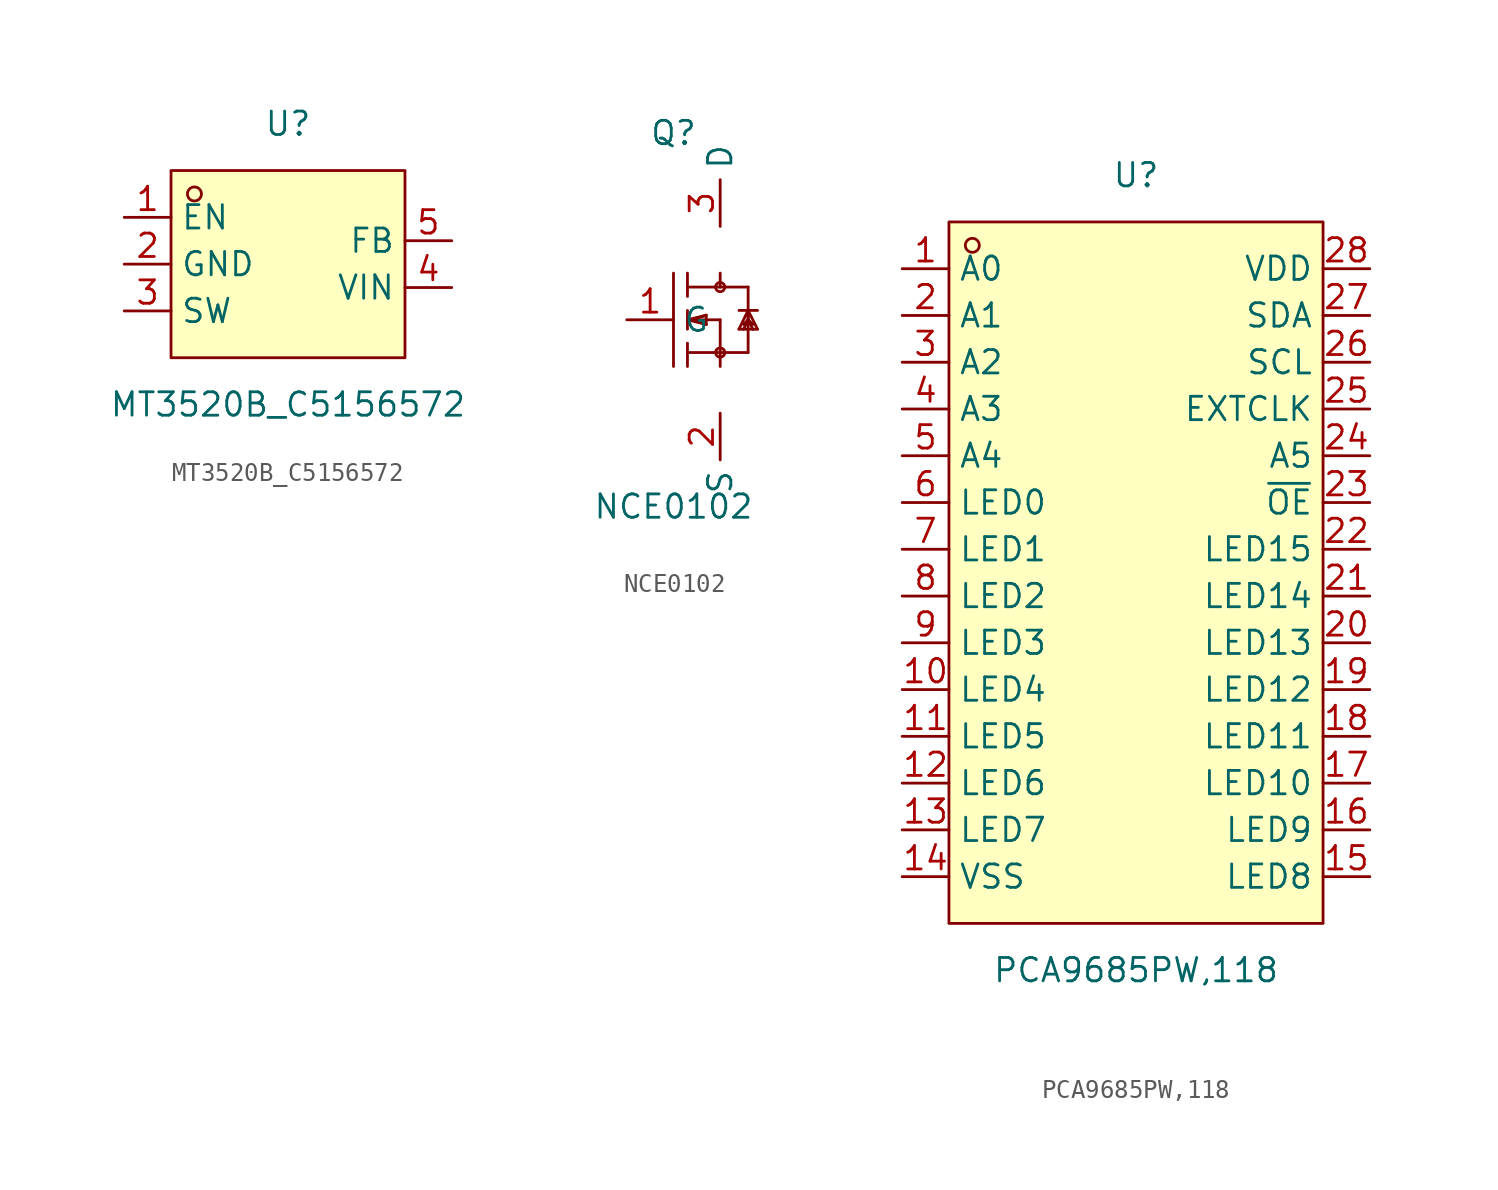
<source format=kicad_sym>
(kicad_symbol_lib
  (version 20211014)
  (generator https://github.com/uPesy/easyeda2kicad.py)
  (symbol "MT3520B_C5156572"
    (property "Reference" "U"
      (at 0 7.62 0)
      (effects (font (size 1.27 1.27))))
    (property "Value" "MT3520B_C5156572"
      (at 0 -7.62 0)
      (effects (font (size 1.27 1.27))))
    (symbol "MT3520B_C5156572_0_1"
      (rectangle (start -6.35 5.08) (end 6.35 -5.08) (stroke (width 0) (type default) (color 0 0 0 0)) (fill (type background)))
      (circle (center -5.08 3.81) (radius 0.38) (stroke (width 0) (type default) (color 0 0 0 0)) (fill (type none)))
      (pin unspecified line (at -8.89 2.54 0) (length 2.54) (name "EN" (effects (font (size 1.27 1.27)))) (number "1" (effects (font (size 1.27 1.27)))))
      (pin unspecified line (at -8.89 -0.00 0) (length 2.54) (name "GND" (effects (font (size 1.27 1.27)))) (number "2" (effects (font (size 1.27 1.27)))))
      (pin unspecified line (at -8.89 -2.54 0) (length 2.54) (name "SW" (effects (font (size 1.27 1.27)))) (number "3" (effects (font (size 1.27 1.27)))))
      (pin unspecified line (at 8.89 -1.27 180) (length 2.54) (name "VIN" (effects (font (size 1.27 1.27)))) (number "4" (effects (font (size 1.27 1.27)))))
      (pin unspecified line (at 8.89 1.27 180) (length 2.54) (name "FB" (effects (font (size 1.27 1.27)))) (number "5" (effects (font (size 1.27 1.27)))))))
  (symbol "NCE0102"
    (property "Reference" "Q"
      (at 0 10.16 0)
      (effects (font (size 1.27 1.27))))
    (property "Value" "NCE0102"
      (at 0 -10.16 0)
      (effects (font (size 1.27 1.27))))
    (symbol "NCE0102_0_1"
      (circle (center 2.54 1.78) (radius 0.25) (stroke (width 0) (type default) (color 0 0 0 0)) (fill (type none)))
      (circle (center 2.54 -1.78) (radius 0.25) (stroke (width 0) (type default) (color 0 0 0 0)) (fill (type none)))
      (polyline (pts (xy 2.54 2.54) (xy 2.54 1.78)) (stroke (width 0) (type default) (color 0 0 0 0)) (fill (type none)))
      (polyline (pts (xy 2.54 -1.78) (xy 2.54 -2.54)) (stroke (width 0) (type default) (color 0 0 0 0)) (fill (type none)))
      (polyline (pts (xy 4.06 1.78) (xy 4.06 -0.00)) (stroke (width 0) (type default) (color 0 0 0 0)) (fill (type none)))
      (polyline (pts (xy 4.06 -0.25) (xy 4.06 -1.78)) (stroke (width 0) (type default) (color 0 0 0 0)) (fill (type none)))
      (polyline (pts (xy 4.06 -1.78) (xy 2.54 -1.78)) (stroke (width 0) (type default) (color 0 0 0 0)) (fill (type none)))
      (polyline (pts (xy 0.76 2.54) (xy 0.76 1.78)) (stroke (width 0) (type default) (color 0 0 0 0)) (fill (type none)))
      (polyline (pts (xy 0.76 1.78) (xy 0.76 1.27)) (stroke (width 0) (type default) (color 0 0 0 0)) (fill (type none)))
      (polyline (pts (xy 0.76 0.51) (xy 0.76 -0.00)) (stroke (width 0) (type default) (color 0 0 0 0)) (fill (type none)))
      (polyline (pts (xy 0.76 -0.00) (xy 0.76 -0.51)) (stroke (width 0) (type default) (color 0 0 0 0)) (fill (type none)))
      (polyline (pts (xy 0.76 -2.54) (xy 0.76 -1.78)) (stroke (width 0) (type default) (color 0 0 0 0)) (fill (type none)))
      (polyline (pts (xy 0.76 -1.78) (xy 0.76 -1.27)) (stroke (width 0) (type default) (color 0 0 0 0)) (fill (type none)))
      (polyline (pts (xy 0.00 2.54) (xy 0.00 -2.54)) (stroke (width 0) (type default) (color 0 0 0 0)) (fill (type none)))
      (polyline (pts (xy 1.02 -0.00) (xy 2.54 -0.00)) (stroke (width 0) (type default) (color 0 0 0 0)) (fill (type none)))
      (polyline (pts (xy 2.54 -0.00) (xy 2.54 -1.78)) (stroke (width 0) (type default) (color 0 0 0 0)) (fill (type none)))
      (polyline (pts (xy 0.76 1.78) (xy 4.06 1.78)) (stroke (width 0) (type default) (color 0 0 0 0)) (fill (type none)))
      (polyline (pts (xy 0.76 -1.78) (xy 2.54 -1.78)) (stroke (width 0) (type default) (color 0 0 0 0)) (fill (type none)))
      (polyline (pts (xy 1.02 -0.00) (xy 0.76 -0.00)) (stroke (width 0) (type default) (color 0 0 0 0)) (fill (type none)))
      (polyline (pts (xy 0.76 -0.00) (xy 1.78 -0.25)) (stroke (width 0) (type default) (color 0 0 0 0)) (fill (type none)))
      (polyline (pts (xy 0.76 -0.00) (xy 1.78 0.25)) (stroke (width 0) (type default) (color 0 0 0 0)) (fill (type none)))
      (polyline (pts (xy 1.78 -0.25) (xy 1.78 0.25)) (stroke (width 0) (type default) (color 0 0 0 0)) (fill (type none)))
      (polyline (pts (xy 1.78 0.25) (xy 1.02 -0.00)) (stroke (width 0) (type default) (color 0 0 0 0)) (fill (type none)))
      (polyline (pts (xy 1.02 -0.00) (xy 1.78 -0.25)) (stroke (width 0) (type default) (color 0 0 0 0)) (fill (type none)))
      (polyline (pts (xy 1.78 -0.25) (xy 1.27 -0.00)) (stroke (width 0) (type default) (color 0 0 0 0)) (fill (type none)))
      (polyline (pts (xy 4.06 -0.00) (xy 4.06 0.51)) (stroke (width 0) (type default) (color 0 0 0 0)) (fill (type none)))
      (polyline (pts (xy 4.57 -0.51) (xy 4.32 -0.51)) (stroke (width 0) (type default) (color 0 0 0 0)) (fill (type none)))
      (polyline (pts (xy 4.32 -0.51) (xy 3.81 -0.51)) (stroke (width 0) (type default) (color 0 0 0 0)) (fill (type none)))
      (polyline (pts (xy 3.81 -0.51) (xy 3.56 -0.51)) (stroke (width 0) (type default) (color 0 0 0 0)) (fill (type none)))
      (polyline (pts (xy 4.06 0.51) (xy 4.57 -0.51)) (stroke (width 0) (type default) (color 0 0 0 0)) (fill (type none)))
      (polyline (pts (xy 4.57 0.51) (xy 4.06 0.51)) (stroke (width 0) (type default) (color 0 0 0 0)) (fill (type none)))
      (polyline (pts (xy 4.06 0.51) (xy 3.56 0.51)) (stroke (width 0) (type default) (color 0 0 0 0)) (fill (type none)))
      (polyline (pts (xy 4.32 -0.51) (xy 4.06 -0.00)) (stroke (width 0) (type default) (color 0 0 0 0)) (fill (type none)))
      (polyline (pts (xy 4.06 -0.00) (xy 3.81 -0.51)) (stroke (width 0) (type default) (color 0 0 0 0)) (fill (type none)))
      (polyline (pts (xy 4.32 -0.25) (xy 4.06 -0.00)) (stroke (width 0) (type default) (color 0 0 0 0)) (fill (type none)))
      (polyline (pts (xy 4.06 -0.00) (xy 3.81 -0.25)) (stroke (width 0) (type default) (color 0 0 0 0)) (fill (type none)))
      (polyline (pts (xy 3.56 -0.51) (xy 4.06 0.51)) (stroke (width 0) (type default) (color 0 0 0 0)) (fill (type none)))
      (pin unspecified line (at -2.54 -0.00 0) (length 2.54) (name "G" (effects (font (size 1.27 1.27)))) (number "1" (effects (font (size 1.27 1.27)))))
      (pin unspecified line (at 2.54 5.08 90) (length 2.54) (name "D" (effects (font (size 1.27 1.27)))) (number "3" (effects (font (size 1.27 1.27)))))
      (pin unspecified line (at 2.54 -5.08 270) (length 2.54) (name "S" (effects (font (size 1.27 1.27)))) (number "2" (effects (font (size 1.27 1.27)))))))
  (symbol "PCA9685PW,118"
    (property "Reference" "U"
      (at 0 21.59 0)
      (effects (font (size 1.27 1.27))))
    (property "Value" "PCA9685PW,118"
      (at 0 -21.59 0)
      (effects (font (size 1.27 1.27))))
    (symbol "PCA9685PW,118_0_1"
      (rectangle (start -10.16 19.05) (end 10.16 -19.05) (stroke (width 0) (type default) (color 0 0 0 0)) (fill (type background)))
      (circle (center -8.89 17.78) (radius 0.38) (stroke (width 0) (type default) (color 0 0 0 0)) (fill (type none)))
      (pin unspecified line (at -12.70 16.51 0) (length 2.54) (name "A0" (effects (font (size 1.27 1.27)))) (number "1" (effects (font (size 1.27 1.27)))))
      (pin unspecified line (at -12.70 13.97 0) (length 2.54) (name "A1" (effects (font (size 1.27 1.27)))) (number "2" (effects (font (size 1.27 1.27)))))
      (pin unspecified line (at -12.70 11.43 0) (length 2.54) (name "A2" (effects (font (size 1.27 1.27)))) (number "3" (effects (font (size 1.27 1.27)))))
      (pin unspecified line (at -12.70 8.89 0) (length 2.54) (name "A3" (effects (font (size 1.27 1.27)))) (number "4" (effects (font (size 1.27 1.27)))))
      (pin unspecified line (at -12.70 6.35 0) (length 2.54) (name "A4" (effects (font (size 1.27 1.27)))) (number "5" (effects (font (size 1.27 1.27)))))
      (pin unspecified line (at -12.70 3.81 0) (length 2.54) (name "LED0" (effects (font (size 1.27 1.27)))) (number "6" (effects (font (size 1.27 1.27)))))
      (pin unspecified line (at -12.70 1.27 0) (length 2.54) (name "LED1" (effects (font (size 1.27 1.27)))) (number "7" (effects (font (size 1.27 1.27)))))
      (pin unspecified line (at -12.70 -1.27 0) (length 2.54) (name "LED2" (effects (font (size 1.27 1.27)))) (number "8" (effects (font (size 1.27 1.27)))))
      (pin unspecified line (at -12.70 -3.81 0) (length 2.54) (name "LED3" (effects (font (size 1.27 1.27)))) (number "9" (effects (font (size 1.27 1.27)))))
      (pin unspecified line (at -12.70 -6.35 0) (length 2.54) (name "LED4" (effects (font (size 1.27 1.27)))) (number "10" (effects (font (size 1.27 1.27)))))
      (pin unspecified line (at -12.70 -8.89 0) (length 2.54) (name "LED5" (effects (font (size 1.27 1.27)))) (number "11" (effects (font (size 1.27 1.27)))))
      (pin unspecified line (at -12.70 -11.43 0) (length 2.54) (name "LED6" (effects (font (size 1.27 1.27)))) (number "12" (effects (font (size 1.27 1.27)))))
      (pin unspecified line (at -12.70 -13.97 0) (length 2.54) (name "LED7" (effects (font (size 1.27 1.27)))) (number "13" (effects (font (size 1.27 1.27)))))
      (pin unspecified line (at -12.70 -16.51 0) (length 2.54) (name "VSS" (effects (font (size 1.27 1.27)))) (number "14" (effects (font (size 1.27 1.27)))))
      (pin unspecified line (at 12.70 -16.51 180) (length 2.54) (name "LED8" (effects (font (size 1.27 1.27)))) (number "15" (effects (font (size 1.27 1.27)))))
      (pin unspecified line (at 12.70 -13.97 180) (length 2.54) (name "LED9" (effects (font (size 1.27 1.27)))) (number "16" (effects (font (size 1.27 1.27)))))
      (pin unspecified line (at 12.70 -11.43 180) (length 2.54) (name "LED10" (effects (font (size 1.27 1.27)))) (number "17" (effects (font (size 1.27 1.27)))))
      (pin unspecified line (at 12.70 -8.89 180) (length 2.54) (name "LED11" (effects (font (size 1.27 1.27)))) (number "18" (effects (font (size 1.27 1.27)))))
      (pin unspecified line (at 12.70 -6.35 180) (length 2.54) (name "LED12" (effects (font (size 1.27 1.27)))) (number "19" (effects (font (size 1.27 1.27)))))
      (pin unspecified line (at 12.70 -3.81 180) (length 2.54) (name "LED13" (effects (font (size 1.27 1.27)))) (number "20" (effects (font (size 1.27 1.27)))))
      (pin unspecified line (at 12.70 -1.27 180) (length 2.54) (name "LED14" (effects (font (size 1.27 1.27)))) (number "21" (effects (font (size 1.27 1.27)))))
      (pin unspecified line (at 12.70 1.27 180) (length 2.54) (name "LED15" (effects (font (size 1.27 1.27)))) (number "22" (effects (font (size 1.27 1.27)))))
      (pin unspecified line (at 12.70 3.81 180) (length 2.54) (name "~{OE}" (effects (font (size 1.27 1.27)))) (number "23" (effects (font (size 1.27 1.27)))))
      (pin unspecified line (at 12.70 6.35 180) (length 2.54) (name "A5" (effects (font (size 1.27 1.27)))) (number "24" (effects (font (size 1.27 1.27)))))
      (pin unspecified line (at 12.70 8.89 180) (length 2.54) (name "EXTCLK" (effects (font (size 1.27 1.27)))) (number "25" (effects (font (size 1.27 1.27)))))
      (pin unspecified line (at 12.70 11.43 180) (length 2.54) (name "SCL" (effects (font (size 1.27 1.27)))) (number "26" (effects (font (size 1.27 1.27)))))
      (pin unspecified line (at 12.70 13.97 180) (length 2.54) (name "SDA" (effects (font (size 1.27 1.27)))) (number "27" (effects (font (size 1.27 1.27)))))
      (pin unspecified line (at 12.70 16.51 180) (length 2.54) (name "VDD" (effects (font (size 1.27 1.27)))) (number "28" (effects (font (size 1.27 1.27))))))))
</source>
